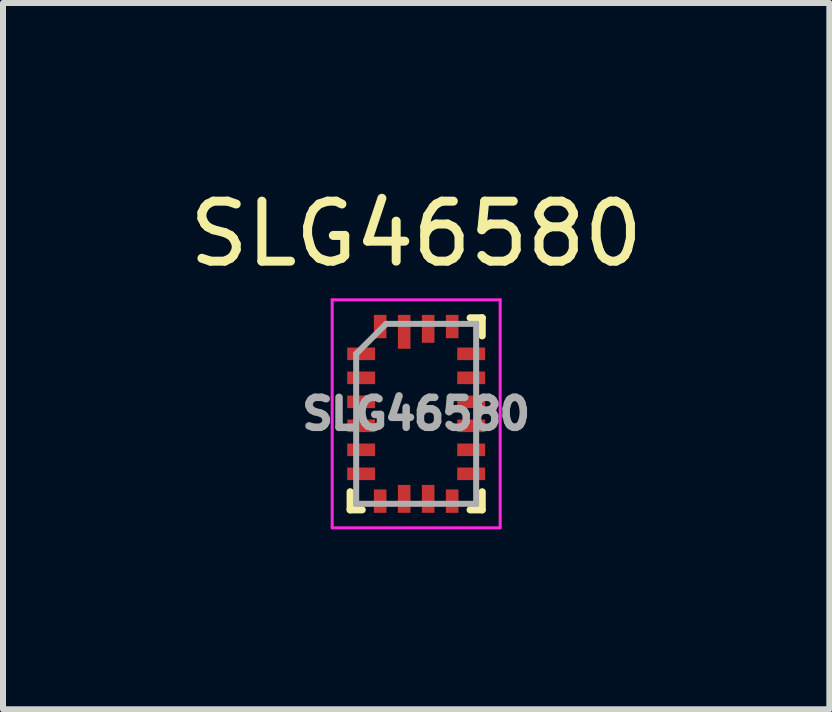
<source format=kicad_pcb>
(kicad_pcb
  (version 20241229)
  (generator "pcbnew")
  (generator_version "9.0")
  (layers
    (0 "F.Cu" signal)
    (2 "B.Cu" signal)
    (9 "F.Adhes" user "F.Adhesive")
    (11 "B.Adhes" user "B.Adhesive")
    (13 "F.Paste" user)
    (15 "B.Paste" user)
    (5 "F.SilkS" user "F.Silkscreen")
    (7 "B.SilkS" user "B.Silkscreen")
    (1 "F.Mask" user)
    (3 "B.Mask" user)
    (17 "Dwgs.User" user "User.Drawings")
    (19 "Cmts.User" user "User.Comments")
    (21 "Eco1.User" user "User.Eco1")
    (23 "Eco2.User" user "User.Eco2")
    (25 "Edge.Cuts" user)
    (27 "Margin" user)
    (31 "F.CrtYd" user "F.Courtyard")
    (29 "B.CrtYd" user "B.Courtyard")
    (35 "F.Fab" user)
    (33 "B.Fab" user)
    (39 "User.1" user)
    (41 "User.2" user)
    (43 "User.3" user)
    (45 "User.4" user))
  (footprint "SLG46580"
    (layer "F.Cu")
    (at 3.887 3.848)
    (property "Reference" "SLG46580" (at 0 -3 0) (layer "F.SilkS") (effects (font (size 1 1) (thickness 0.15))))
    (attr smd)
    (fp_line (start -1.1 1.6) (end -1.1 1.3) (stroke (width 0.12) (type solid)) (layer "F.SilkS"))
    (fp_line (start -0.9 1.6) (end -1.1 1.6) (stroke (width 0.12) (type solid)) (layer "F.SilkS"))
    (fp_line (start 0.9 -1.6) (end 1.1 -1.6) (stroke (width 0.12) (type solid)) (layer "F.SilkS"))
    (fp_line (start 1.1 -1.6) (end 1.1 -1.3) (stroke (width 0.12) (type solid)) (layer "F.SilkS"))
    (fp_line (start 1.1 1.3) (end 1.1 1.6) (stroke (width 0.12) (type solid)) (layer "F.SilkS"))
    (fp_line (start 1.1 1.6) (end 0.9 1.6) (stroke (width 0.12) (type solid)) (layer "F.SilkS"))
    (fp_line (start -1.4 -1.9) (end 1.4 -1.9) (stroke (width 0.05) (type solid)) (layer "F.CrtYd"))
    (fp_line (start -1.4 1.9) (end -1.4 -1.9) (stroke (width 0.05) (type solid)) (layer "F.CrtYd"))
    (fp_line (start 1.4 -1.9) (end 1.4 1.9) (stroke (width 0.05) (type solid)) (layer "F.CrtYd"))
    (fp_line (start 1.4 1.9) (end -1.4 1.9) (stroke (width 0.05) (type solid)) (layer "F.CrtYd"))
    (fp_line (start -1 -1) (end -1 1.5) (stroke (width 0.1) (type solid)) (layer "F.Fab"))
    (fp_line (start -1 1.5) (end 1 1.5) (stroke (width 0.1) (type solid)) (layer "F.Fab"))
    (fp_line (start -0.5 -1.5) (end -1 -1) (stroke (width 0.1) (type solid)) (layer "F.Fab"))
    (fp_line (start 1 -1.5) (end -0.5 -1.5) (stroke (width 0.1) (type solid)) (layer "F.Fab"))
    (fp_line (start 1 1.5) (end 1 -1.5) (stroke (width 0.1) (type solid)) (layer "F.Fab"))
    (fp_text user "${REFERENCE}" (at 0 0 0) (layer "F.Fab") (effects (font (size 0.5 0.5) (thickness 0.125))))
    (pad "1" smd rect (at -0.917 -1) (size 0.465 0.21) (layers "F.Cu" "F.Mask" "F.Paste"))
    (pad "2" smd rect (at -0.917 -0.6) (size 0.465 0.21) (layers "F.Cu" "F.Mask" "F.Paste"))
    (pad "3" smd rect (at -0.917 -0.2) (size 0.465 0.21) (layers "F.Cu" "F.Mask" "F.Paste"))
    (pad "4" smd rect (at -0.917 0.2) (size 0.465 0.21) (layers "F.Cu" "F.Mask" "F.Paste"))
    (pad "5" smd rect (at -0.917 0.6) (size 0.465 0.21) (layers "F.Cu" "F.Mask" "F.Paste"))
    (pad "6" smd rect (at -0.917 1) (size 0.465 0.21) (layers "F.Cu" "F.Mask" "F.Paste"))
    (pad "7" smd rect (at -0.6 1.455) (size 0.21 0.39) (layers "F.Cu" "F.Mask" "F.Paste"))
    (pad "8" smd rect (at -0.2 1.417) (size 0.21 0.465) (layers "F.Cu" "F.Mask" "F.Paste"))
    (pad "9" smd rect (at 0.2 1.417) (size 0.21 0.465) (layers "F.Cu" "F.Mask" "F.Paste"))
    (pad "10" smd rect (at 0.6 1.455) (size 0.21 0.39) (layers "F.Cu" "F.Mask" "F.Paste"))
    (pad "11" smd rect (at 0.917 1) (size 0.465 0.21) (layers "F.Cu" "F.Mask" "F.Paste"))
    (pad "12" smd rect (at 0.917 0.6) (size 0.465 0.21) (layers "F.Cu" "F.Mask" "F.Paste"))
    (pad "13" smd rect (at 0.917 0.2) (size 0.465 0.21) (layers "F.Cu" "F.Mask" "F.Paste"))
    (pad "14" smd rect (at 0.917 -0.2) (size 0.465 0.21) (layers "F.Cu" "F.Mask" "F.Paste"))
    (pad "15" smd rect (at 0.917 -0.6) (size 0.465 0.21) (layers "F.Cu" "F.Mask" "F.Paste"))
    (pad "16" smd rect (at 0.917 -1) (size 0.465 0.21) (layers "F.Cu" "F.Mask" "F.Paste"))
    (pad "17" smd rect (at 0.6 -1.455) (size 0.21 0.39) (layers "F.Cu" "F.Mask" "F.Paste"))
    (pad "18" smd rect (at 0.2 -1.417) (size 0.21 0.465) (layers "F.Cu" "F.Mask" "F.Paste"))
    (pad "19" smd rect (at -0.2 -1.367) (size 0.21 0.565) (layers "F.Cu" "F.Mask" "F.Paste"))
    (pad "20" smd rect (at -0.6 -1.455) (size 0.21 0.39) (layers "F.Cu" "F.Mask" "F.Paste")))
  (gr_rect
    (start -3 -3)
    (end 10.774 8.773)
    (stroke (width 0.1) (type default))
    (fill no)
    (layer "Edge.Cuts")))
</source>
